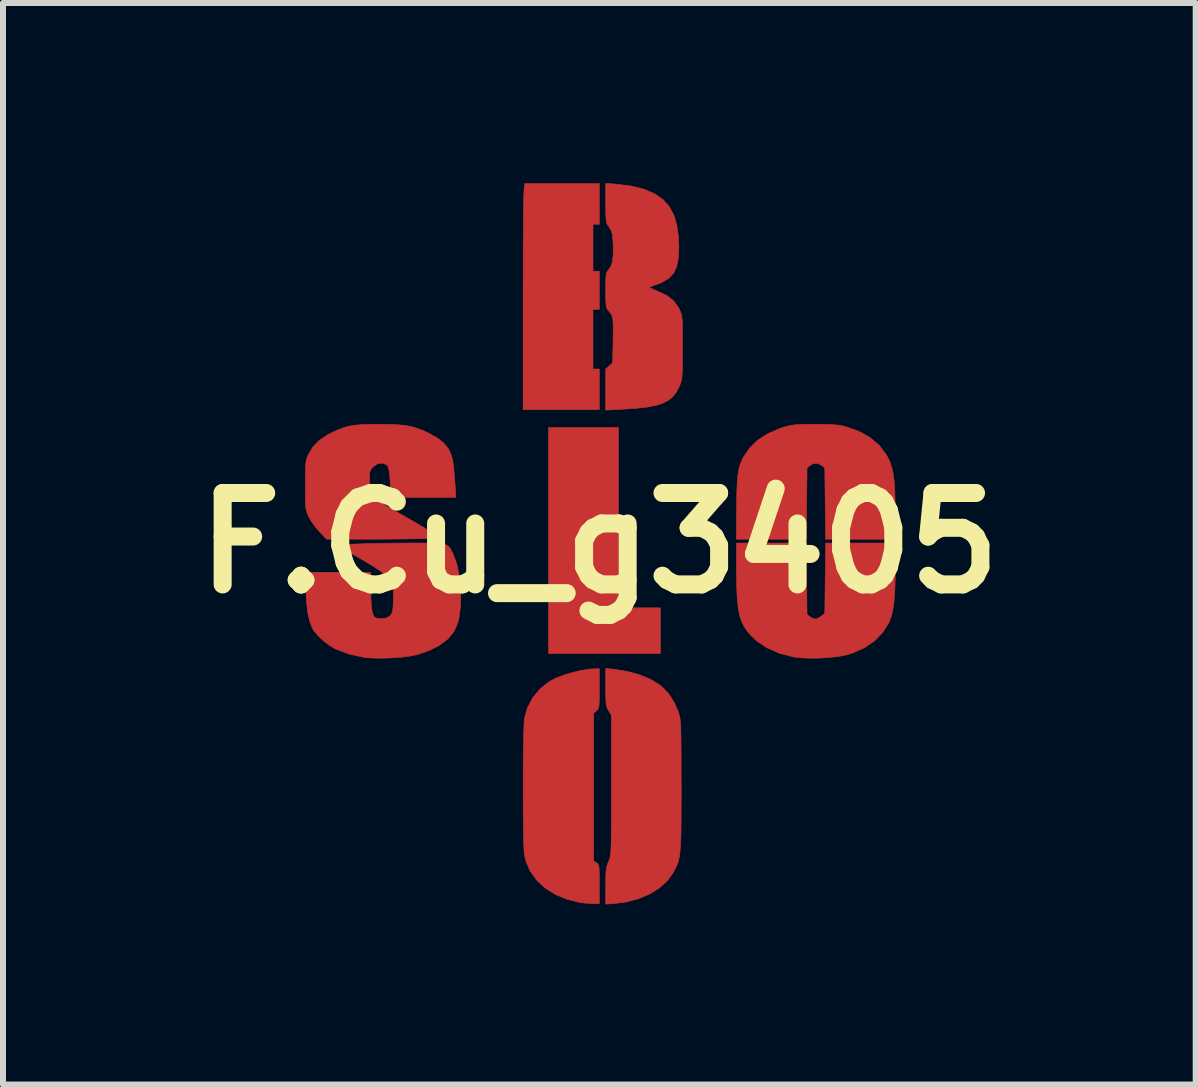
<source format=kicad_pcb>
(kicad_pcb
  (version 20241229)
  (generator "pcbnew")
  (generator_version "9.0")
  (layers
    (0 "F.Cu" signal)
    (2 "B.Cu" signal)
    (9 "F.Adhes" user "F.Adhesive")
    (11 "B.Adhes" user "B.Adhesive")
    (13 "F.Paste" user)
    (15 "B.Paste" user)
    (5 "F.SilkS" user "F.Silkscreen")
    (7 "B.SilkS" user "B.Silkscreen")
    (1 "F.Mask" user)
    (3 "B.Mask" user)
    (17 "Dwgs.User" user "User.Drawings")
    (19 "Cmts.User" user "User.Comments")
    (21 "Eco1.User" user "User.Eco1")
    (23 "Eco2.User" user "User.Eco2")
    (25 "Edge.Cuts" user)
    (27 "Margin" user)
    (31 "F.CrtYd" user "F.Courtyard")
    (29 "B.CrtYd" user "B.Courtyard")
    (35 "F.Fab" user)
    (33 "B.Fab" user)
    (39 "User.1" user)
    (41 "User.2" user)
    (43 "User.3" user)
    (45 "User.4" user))
  (footprint "F.Cu_g3405"
    (layer "F.Cu")
    (at 6.938 6)
    (property "Reference" "F.Cu_g3405" (at 0 0 0) (layer "F.SilkS") (effects (font (size 1.524 1.524) (thickness 0.3))))
    (attr through_hole)
    (fp_poly (pts (xy 0.318 1.079) (xy 1.016 1.079) (xy 1.016 1.841) (xy -0.847 1.841) (xy -0.847 -1.926) (xy 0.318 -1.926) (xy 0.318 1.079)) (stroke (width 0.01) (type solid)) (fill yes) (layer "F.Cu"))
    (fp_poly (pts (xy 0 -5.313) (xy -0.106 -5.313) (xy -0.106 -4.53) (xy 0 -4.53) (xy 0 -3.895) (xy -0.106 -3.895) (xy -0.106 -2.9) (xy 0 -2.9) (xy 0 -2.223) (xy -1.27 -2.223) (xy -1.27 -3.976) (xy -1.27 -4.248) (xy -1.269 -4.511) (xy -1.269 -4.76) (xy -1.268 -4.992) (xy -1.266 -5.205) (xy -1.265 -5.393) (xy -1.263 -5.555) (xy -1.261 -5.687) (xy -1.259 -5.785) (xy -1.257 -5.845) (xy -1.256 -5.86) (xy -1.243 -5.99) (xy 0 -5.99) (xy 0 -5.313)) (stroke (width 0.01) (type solid)) (fill yes) (layer "F.Cu"))
    (fp_poly (pts (xy 3.454 0.595) (xy 3.461 1.189) (xy 3.511 1.23) (xy 3.573 1.264) (xy 3.633 1.261) (xy 3.698 1.219) (xy 3.757 1.168) (xy 3.772 0) (xy 4.932 0) (xy 4.932 0.379) (xy 4.93 0.607) (xy 4.923 0.798) (xy 4.912 0.957) (xy 4.895 1.088) (xy 4.872 1.196) (xy 4.842 1.287) (xy 4.823 1.33) (xy 4.722 1.49) (xy 4.587 1.629) (xy 4.42 1.743) (xy 4.225 1.83) (xy 4.113 1.865) (xy 3.988 1.889) (xy 3.835 1.907) (xy 3.67 1.917) (xy 3.505 1.919) (xy 3.354 1.912) (xy 3.23 1.897) (xy 3.228 1.896) (xy 2.995 1.834) (xy 2.793 1.745) (xy 2.622 1.631) (xy 2.526 1.54) (xy 2.462 1.464) (xy 2.41 1.386) (xy 2.369 1.301) (xy 2.338 1.203) (xy 2.315 1.087) (xy 2.3 0.947) (xy 2.291 0.779) (xy 2.287 0.576) (xy 2.287 0.471) (xy 2.286 0) (xy 3.448 0) (xy 3.454 0.595)) (stroke (width 0.01) (type solid)) (fill yes) (layer "F.Cu"))
    (fp_poly (pts (xy 3.749 -1.978) (xy 3.866 -1.974) (xy 3.957 -1.968) (xy 4.03 -1.958) (xy 4.095 -1.943) (xy 4.106 -1.94) (xy 4.326 -1.862) (xy 4.51 -1.759) (xy 4.661 -1.632) (xy 4.777 -1.481) (xy 4.816 -1.411) (xy 4.849 -1.334) (xy 4.876 -1.249) (xy 4.897 -1.152) (xy 4.912 -1.036) (xy 4.922 -0.897) (xy 4.928 -0.729) (xy 4.931 -0.525) (xy 4.931 -0.45) (xy 4.932 -0.064) (xy 3.771 -0.064) (xy 3.764 -0.658) (xy 3.757 -1.253) (xy 3.707 -1.293) (xy 3.635 -1.329) (xy 3.562 -1.323) (xy 3.511 -1.293) (xy 3.461 -1.253) (xy 3.454 -0.658) (xy 3.448 -0.064) (xy 2.286 -0.064) (xy 2.287 -0.524) (xy 2.288 -0.727) (xy 2.292 -0.893) (xy 2.299 -1.029) (xy 2.31 -1.139) (xy 2.325 -1.23) (xy 2.346 -1.306) (xy 2.372 -1.374) (xy 2.396 -1.423) (xy 2.501 -1.58) (xy 2.634 -1.711) (xy 2.8 -1.819) (xy 3.001 -1.907) (xy 3.069 -1.93) (xy 3.133 -1.948) (xy 3.192 -1.961) (xy 3.256 -1.97) (xy 3.335 -1.975) (xy 3.436 -1.978) (xy 3.568 -1.979) (xy 3.598 -1.979) (xy 3.749 -1.978)) (stroke (width 0.01) (type solid)) (fill yes) (layer "F.Cu"))
    (fp_poly (pts (xy 0 2.425) (xy -0.000284 2.551) (xy -0.002 2.641) (xy -0.005 2.702) (xy -0.012 2.742) (xy -0.022 2.767) (xy -0.037 2.785) (xy -0.048 2.794) (xy -0.095 2.833) (xy -0.095 5.297) (xy -0.048 5.329) (xy -0.029 5.343) (xy -0.017 5.361) (xy -0.008 5.39) (xy -0.003 5.438) (xy -0.001 5.51) (xy -0.000057 5.614) (xy 0 5.686) (xy 0 6.011) (xy -0.111 6.009) (xy -0.201 6.004) (xy -0.293 5.994) (xy -0.323 5.989) (xy -0.539 5.936) (xy -0.733 5.855) (xy -0.902 5.749) (xy -1.042 5.62) (xy -1.15 5.471) (xy -1.223 5.306) (xy -1.249 5.195) (xy -1.254 5.143) (xy -1.258 5.053) (xy -1.262 4.932) (xy -1.265 4.785) (xy -1.267 4.617) (xy -1.268 4.433) (xy -1.269 4.239) (xy -1.269 4.04) (xy -1.269 3.842) (xy -1.268 3.649) (xy -1.266 3.468) (xy -1.263 3.303) (xy -1.26 3.161) (xy -1.256 3.045) (xy -1.252 2.963) (xy -1.248 2.924) (xy -1.197 2.742) (xy -1.109 2.576) (xy -0.985 2.429) (xy -0.83 2.306) (xy -0.828 2.305) (xy -0.723 2.25) (xy -0.589 2.199) (xy -0.439 2.154) (xy -0.287 2.12) (xy -0.145 2.099) (xy -0.069 2.096) (xy 0 2.095) (xy 0 2.425)) (stroke (width 0.01) (type solid)) (fill yes) (layer "F.Cu"))
    (fp_poly (pts (xy 0.249 2.104) (xy 0.472 2.14) (xy 0.679 2.198) (xy 0.863 2.276) (xy 1.016 2.372) (xy 1.05 2.4) (xy 1.159 2.517) (xy 1.252 2.664) (xy 1.319 2.82) (xy 1.328 2.852) (xy 1.337 2.883) (xy 1.344 2.919) (xy 1.349 2.964) (xy 1.354 3.02) (xy 1.357 3.092) (xy 1.359 3.184) (xy 1.361 3.3) (xy 1.362 3.443) (xy 1.363 3.618) (xy 1.363 3.828) (xy 1.364 4.032) (xy 1.364 4.29) (xy 1.363 4.51) (xy 1.362 4.695) (xy 1.36 4.849) (xy 1.356 4.977) (xy 1.35 5.081) (xy 1.341 5.167) (xy 1.331 5.238) (xy 1.317 5.297) (xy 1.3 5.349) (xy 1.279 5.398) (xy 1.255 5.447) (xy 1.234 5.487) (xy 1.135 5.625) (xy 1.002 5.746) (xy 0.839 5.848) (xy 0.651 5.927) (xy 0.443 5.982) (xy 0.259 6.006) (xy 0.106 6.017) (xy 0.106 5.717) (xy 0.107 5.593) (xy 0.109 5.502) (xy 0.116 5.435) (xy 0.126 5.382) (xy 0.142 5.334) (xy 0.153 5.306) (xy 0.164 5.282) (xy 0.172 5.258) (xy 0.18 5.23) (xy 0.186 5.196) (xy 0.19 5.151) (xy 0.194 5.092) (xy 0.197 5.015) (xy 0.199 4.917) (xy 0.2 4.794) (xy 0.201 4.642) (xy 0.201 4.458) (xy 0.201 4.238) (xy 0.201 4.032) (xy 0.201 2.868) (xy 0.153 2.792) (xy 0.135 2.758) (xy 0.122 2.723) (xy 0.113 2.679) (xy 0.109 2.616) (xy 0.106 2.528) (xy 0.106 2.406) (xy 0.106 2.09) (xy 0.249 2.104)) (stroke (width 0.01) (type solid)) (fill yes) (layer "F.Cu"))
    (fp_poly (pts (xy -2.818 0.000461) (xy -2.711 0.003) (xy -2.631 0.01) (xy -2.572 0.023) (xy -2.53 0.042) (xy -2.499 0.071) (xy -2.473 0.109) (xy -2.449 0.16) (xy -2.423 0.218) (xy -2.375 0.355) (xy -2.34 0.521) (xy -2.318 0.704) (xy -2.31 0.894) (xy -2.317 1.079) (xy -2.339 1.246) (xy -2.362 1.34) (xy -2.424 1.476) (xy -2.525 1.598) (xy -2.663 1.703) (xy -2.835 1.791) (xy -3.041 1.86) (xy -3.059 1.864) (xy -3.171 1.886) (xy -3.313 1.903) (xy -3.47 1.914) (xy -3.629 1.919) (xy -3.777 1.917) (xy -3.901 1.908) (xy -3.926 1.904) (xy -4.165 1.851) (xy -4.384 1.77) (xy -4.403 1.761) (xy -4.497 1.706) (xy -4.595 1.631) (xy -4.685 1.547) (xy -4.756 1.463) (xy -4.784 1.417) (xy -4.826 1.307) (xy -4.858 1.163) (xy -4.879 0.993) (xy -4.889 0.802) (xy -4.889 0.752) (xy -4.889 0.487) (xy -3.81 0.487) (xy -3.809 0.767) (xy -3.806 0.935) (xy -3.798 1.064) (xy -3.783 1.156) (xy -3.761 1.216) (xy -3.747 1.236) (xy -3.712 1.25) (xy -3.654 1.259) (xy -3.63 1.259) (xy -3.553 1.251) (xy -3.498 1.221) (xy -3.488 1.211) (xy -3.465 1.184) (xy -3.45 1.15) (xy -3.441 1.1) (xy -3.435 1.025) (xy -3.432 0.952) (xy -3.43 0.854) (xy -3.434 0.772) (xy -3.447 0.702) (xy -3.473 0.639) (xy -3.515 0.58) (xy -3.577 0.52) (xy -3.662 0.456) (xy -3.774 0.383) (xy -3.915 0.298) (xy -4.082 0.201) (xy -4.174 0.147) (xy -4.252 0.1) (xy -4.308 0.064) (xy -4.337 0.043) (xy -4.339 0.04) (xy -4.319 0.034) (xy -4.261 0.027) (xy -4.169 0.021) (xy -4.049 0.016) (xy -3.905 0.011) (xy -3.741 0.006) (xy -3.562 0.003) (xy -3.372 0.001) (xy -3.175 0.000033) (xy -3.133 0) (xy -2.957 -0.000151) (xy -2.818 0.000461)) (stroke (width 0.01) (type solid)) (fill yes) (layer "F.Cu"))
    (fp_poly (pts (xy -3.662 -1.979) (xy -3.487 -1.977) (xy -3.345 -1.971) (xy -3.228 -1.959) (xy -3.125 -1.939) (xy -3.029 -1.91) (xy -2.929 -1.871) (xy -2.847 -1.833) (xy -2.701 -1.752) (xy -2.592 -1.666) (xy -2.516 -1.57) (xy -2.479 -1.493) (xy -2.462 -1.444) (xy -2.448 -1.393) (xy -2.437 -1.334) (xy -2.428 -1.259) (xy -2.419 -1.16) (xy -2.409 -1.03) (xy -2.402 -0.937) (xy -2.391 -0.762) (xy -3.471 -0.762) (xy -3.473 -0.831) (xy -3.475 -0.884) (xy -3.481 -0.964) (xy -3.488 -1.057) (xy -3.491 -1.088) (xy -3.501 -1.186) (xy -3.514 -1.251) (xy -3.531 -1.289) (xy -3.546 -1.305) (xy -3.617 -1.333) (xy -3.693 -1.322) (xy -3.766 -1.275) (xy -3.769 -1.272) (xy -3.805 -1.231) (xy -3.824 -1.189) (xy -3.83 -1.13) (xy -3.831 -1.084) (xy -3.828 -0.986) (xy -3.817 -0.904) (xy -3.793 -0.835) (xy -3.752 -0.773) (xy -3.689 -0.713) (xy -3.601 -0.65) (xy -3.484 -0.578) (xy -3.333 -0.494) (xy -3.212 -0.426) (xy -3.089 -0.356) (xy -2.975 -0.288) (xy -2.882 -0.231) (xy -2.847 -0.209) (xy -2.678 -0.097) (xy -2.783 -0.082) (xy -2.828 -0.079) (xy -2.91 -0.075) (xy -3.023 -0.073) (xy -3.163 -0.07) (xy -3.323 -0.068) (xy -3.5 -0.066) (xy -3.686 -0.065) (xy -3.717 -0.065) (xy -4.544 -0.064) (xy -4.665 -0.19) (xy -4.732 -0.269) (xy -4.795 -0.356) (xy -4.841 -0.435) (xy -4.843 -0.439) (xy -4.863 -0.483) (xy -4.877 -0.522) (xy -4.888 -0.564) (xy -4.894 -0.617) (xy -4.898 -0.687) (xy -4.9 -0.782) (xy -4.9 -0.91) (xy -4.9 -0.963) (xy -4.9 -1.104) (xy -4.899 -1.209) (xy -4.896 -1.287) (xy -4.89 -1.345) (xy -4.881 -1.39) (xy -4.869 -1.429) (xy -4.851 -1.469) (xy -4.845 -1.482) (xy -4.77 -1.606) (xy -4.67 -1.709) (xy -4.538 -1.799) (xy -4.456 -1.841) (xy -4.355 -1.887) (xy -4.265 -1.921) (xy -4.178 -1.946) (xy -4.083 -1.963) (xy -3.973 -1.973) (xy -3.838 -1.978) (xy -3.671 -1.979) (xy -3.662 -1.979)) (stroke (width 0.01) (type solid)) (fill yes) (layer "F.Cu"))
    (fp_poly (pts (xy 0.291 -5.98) (xy 0.535 -5.949) (xy 0.744 -5.897) (xy 0.918 -5.823) (xy 1.058 -5.726) (xy 1.166 -5.606) (xy 1.242 -5.462) (xy 1.247 -5.45) (xy 1.291 -5.295) (xy 1.317 -5.116) (xy 1.325 -4.929) (xy 1.315 -4.75) (xy 1.289 -4.61) (xy 1.24 -4.501) (xy 1.154 -4.41) (xy 1.03 -4.338) (xy 0.915 -4.296) (xy 0.864 -4.277) (xy 0.84 -4.26) (xy 0.841 -4.255) (xy 0.868 -4.241) (xy 0.922 -4.217) (xy 0.992 -4.189) (xy 1.136 -4.118) (xy 1.246 -4.028) (xy 1.324 -3.915) (xy 1.336 -3.89) (xy 1.352 -3.854) (xy 1.364 -3.819) (xy 1.373 -3.78) (xy 1.379 -3.73) (xy 1.383 -3.664) (xy 1.385 -3.575) (xy 1.386 -3.457) (xy 1.386 -3.305) (xy 1.386 -3.26) (xy 1.386 -3.097) (xy 1.385 -2.97) (xy 1.383 -2.874) (xy 1.38 -2.801) (xy 1.374 -2.746) (xy 1.365 -2.703) (xy 1.354 -2.665) (xy 1.339 -2.626) (xy 1.338 -2.622) (xy 1.29 -2.526) (xy 1.231 -2.447) (xy 1.157 -2.383) (xy 1.063 -2.333) (xy 0.945 -2.295) (xy 0.798 -2.266) (xy 0.617 -2.246) (xy 0.399 -2.231) (xy 0.397 -2.231) (xy 0.106 -2.216) (xy 0.106 -2.902) (xy 0.222 -3.002) (xy 0.229 -3.356) (xy 0.231 -3.502) (xy 0.231 -3.612) (xy 0.228 -3.692) (xy 0.221 -3.751) (xy 0.209 -3.793) (xy 0.19 -3.827) (xy 0.165 -3.858) (xy 0.159 -3.865) (xy 0.137 -3.89) (xy 0.123 -3.916) (xy 0.114 -3.951) (xy 0.109 -4.003) (xy 0.106 -4.081) (xy 0.106 -4.191) (xy 0.106 -4.212) (xy 0.106 -4.329) (xy 0.108 -4.411) (xy 0.113 -4.467) (xy 0.121 -4.504) (xy 0.135 -4.531) (xy 0.155 -4.555) (xy 0.157 -4.558) (xy 0.193 -4.612) (xy 0.217 -4.686) (xy 0.23 -4.786) (xy 0.232 -4.918) (xy 0.23 -4.99) (xy 0.224 -5.086) (xy 0.215 -5.153) (xy 0.199 -5.203) (xy 0.174 -5.249) (xy 0.164 -5.263) (xy 0.142 -5.296) (xy 0.126 -5.327) (xy 0.116 -5.364) (xy 0.11 -5.414) (xy 0.107 -5.485) (xy 0.106 -5.585) (xy 0.106 -5.671) (xy 0.106 -5.995) (xy 0.291 -5.98)) (stroke (width 0.01) (type solid)) (fill yes) (layer "F.Cu")))
  (gr_rect
    (start -3 -3)
    (end 16.876 15.023)
    (stroke (width 0.1) (type default))
    (fill no)
    (layer "Edge.Cuts")))
</source>
